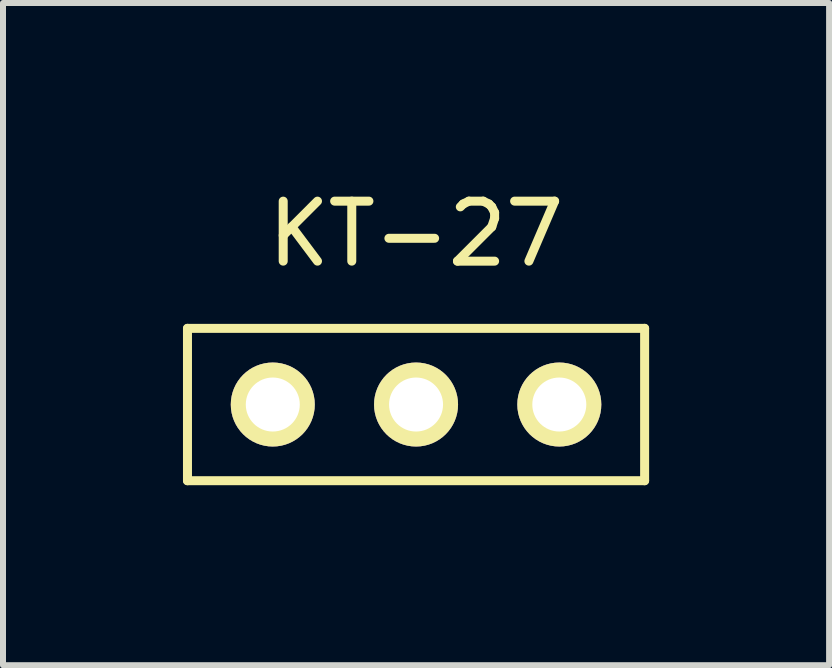
<source format=kicad_pcb>
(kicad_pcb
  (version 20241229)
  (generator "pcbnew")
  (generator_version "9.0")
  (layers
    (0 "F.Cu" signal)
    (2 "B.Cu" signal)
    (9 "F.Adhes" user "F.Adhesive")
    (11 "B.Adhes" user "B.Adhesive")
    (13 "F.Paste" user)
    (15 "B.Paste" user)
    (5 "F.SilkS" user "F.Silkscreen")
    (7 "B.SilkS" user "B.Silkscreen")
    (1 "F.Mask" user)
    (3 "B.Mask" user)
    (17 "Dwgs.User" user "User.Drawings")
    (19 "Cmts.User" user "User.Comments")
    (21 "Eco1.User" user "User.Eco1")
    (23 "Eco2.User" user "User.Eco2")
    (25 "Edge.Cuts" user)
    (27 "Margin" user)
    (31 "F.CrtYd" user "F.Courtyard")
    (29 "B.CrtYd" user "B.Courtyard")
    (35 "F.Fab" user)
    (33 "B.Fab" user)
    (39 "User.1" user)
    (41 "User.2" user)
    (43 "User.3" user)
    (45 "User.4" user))
  (footprint "KT-27"
    (layer "F.Cu")
    (at 3.885 3.693)
    (property "Reference" "KT-27" (at 0 -2.845 0) (layer "F.SilkS") (effects (font (size 1 1) (thickness 0.15))))
    (attr through_hole)
    (fp_line (start -3.81 -1.27) (end 3.81 -1.27) (stroke (width 0.15) (type solid)) (layer "F.SilkS"))
    (fp_line (start -3.81 1.27) (end -3.81 -1.27) (stroke (width 0.15) (type solid)) (layer "F.SilkS"))
    (fp_line (start 3.81 -1.27) (end 3.81 1.27) (stroke (width 0.15) (type solid)) (layer "F.SilkS"))
    (fp_line (start 3.81 1.27) (end -3.81 1.27) (stroke (width 0.15) (type solid)) (layer "F.SilkS"))
    (pad "1" thru_hole circle (at -2.388 0) (size 1.4 1.4) (drill 0.9) (layers "*.Cu" "*.Mask" "F.SilkS"))
    (pad "2" thru_hole circle (at 0 0) (size 1.4 1.4) (drill 0.9) (layers "*.Cu" "*.Mask" "F.SilkS"))
    (pad "3" thru_hole circle (at 2.388 0) (size 1.4 1.4) (drill 0.9) (layers "*.Cu" "*.Mask" "F.SilkS")))
  (gr_rect
    (start -3 -3)
    (end 10.77 8.038)
    (stroke (width 0.1) (type default))
    (fill no)
    (layer "Edge.Cuts")))
</source>
